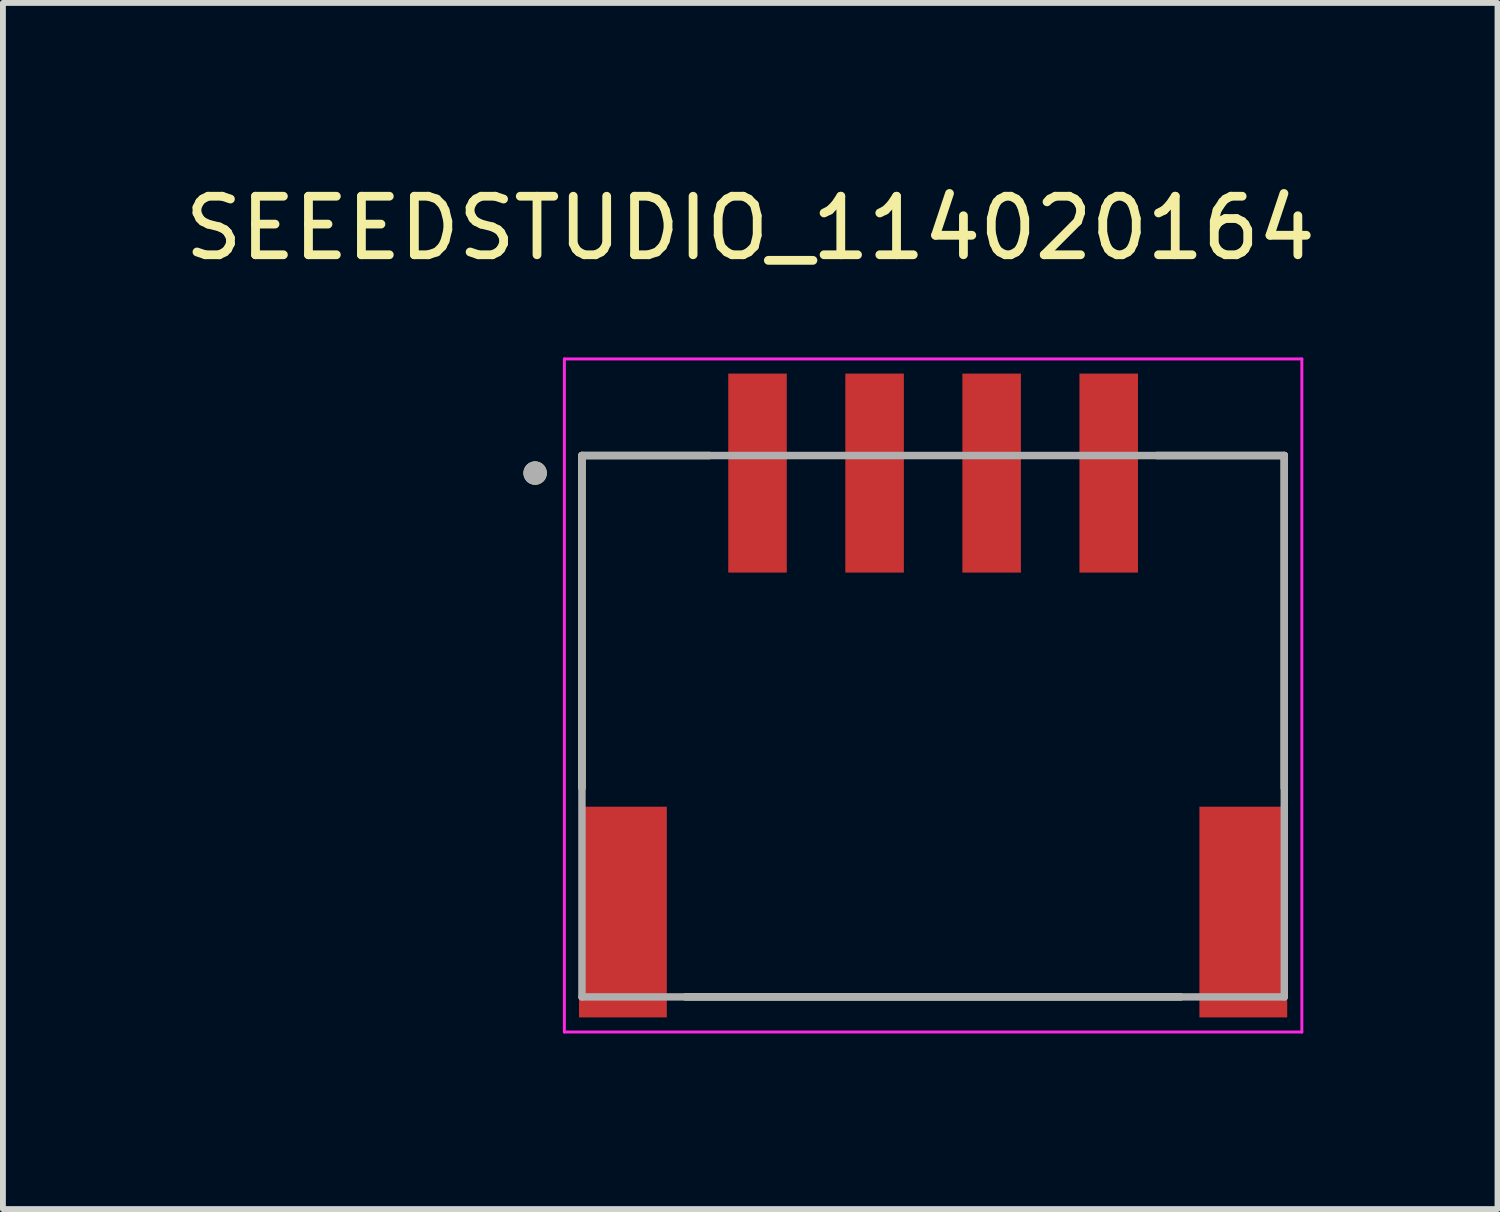
<source format=kicad_pcb>
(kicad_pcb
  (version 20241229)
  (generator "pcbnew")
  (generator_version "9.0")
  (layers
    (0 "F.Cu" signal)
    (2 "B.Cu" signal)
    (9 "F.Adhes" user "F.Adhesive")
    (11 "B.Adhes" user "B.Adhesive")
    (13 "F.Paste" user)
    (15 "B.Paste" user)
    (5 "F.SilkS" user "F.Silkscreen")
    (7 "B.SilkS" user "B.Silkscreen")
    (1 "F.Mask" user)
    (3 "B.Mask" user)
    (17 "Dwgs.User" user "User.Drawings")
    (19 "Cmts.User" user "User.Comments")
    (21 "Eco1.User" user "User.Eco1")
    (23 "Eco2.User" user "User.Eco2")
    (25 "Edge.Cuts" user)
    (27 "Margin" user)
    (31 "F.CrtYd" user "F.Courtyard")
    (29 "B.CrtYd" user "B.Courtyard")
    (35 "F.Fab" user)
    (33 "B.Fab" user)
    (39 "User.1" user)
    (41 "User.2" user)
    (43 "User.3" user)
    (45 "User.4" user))
  (footprint "SEEEDSTUDIO_114020164"
    (layer "F.Cu")
    (at 12.893 9.358)
    (property "Reference" "SEEEDSTUDIO_114020164" (at -3.125 -8.51 0) (layer "F.SilkS") (effects (font (size 1 1) (thickness 0.15))))
    (attr smd)
    (fp_line (start -6 -4.625) (end -3.82 -4.625) (stroke (width 0.127) (type solid)) (layer "F.SilkS"))
    (fp_line (start -6 1.055) (end -6 -4.625) (stroke (width 0.127) (type solid)) (layer "F.SilkS"))
    (fp_line (start -4.23 4.625) (end 4.23 4.625) (stroke (width 0.127) (type solid)) (layer "F.SilkS"))
    (fp_line (start 3.82 -4.625) (end 6 -4.625) (stroke (width 0.127) (type solid)) (layer "F.SilkS"))
    (fp_line (start 6 -4.625) (end 6 1.055) (stroke (width 0.127) (type solid)) (layer "F.SilkS"))
    (fp_circle (center -6.8 -4.325) (end -6.7 -4.325) (stroke (width 0.2) (type solid)) (fill no) (layer "F.SilkS"))
    (fp_line (start -6.3 -6.275) (end -6.3 5.225) (stroke (width 0.05) (type solid)) (layer "F.CrtYd"))
    (fp_line (start -6.3 5.225) (end 6.3 5.225) (stroke (width 0.05) (type solid)) (layer "F.CrtYd"))
    (fp_line (start 6.3 -6.275) (end -6.3 -6.275) (stroke (width 0.05) (type solid)) (layer "F.CrtYd"))
    (fp_line (start 6.3 5.225) (end 6.3 -6.275) (stroke (width 0.05) (type solid)) (layer "F.CrtYd"))
    (fp_line (start -6 -4.625) (end 6 -4.625) (stroke (width 0.127) (type solid)) (layer "F.Fab"))
    (fp_line (start -6 4.625) (end -6 -4.625) (stroke (width 0.127) (type solid)) (layer "F.Fab"))
    (fp_line (start 6 -4.625) (end 6 4.625) (stroke (width 0.127) (type solid)) (layer "F.Fab"))
    (fp_line (start 6 4.625) (end -6 4.625) (stroke (width 0.127) (type solid)) (layer "F.Fab"))
    (fp_circle (center -6.8 -4.325) (end -6.7 -4.325) (stroke (width 0.2) (type solid)) (fill no) (layer "F.Fab"))
    (pad "1" smd rect (at -3 -4.325) (size 1 3.4) (layers "F.Cu" "F.Mask" "F.Paste"))
    (pad "2" smd rect (at -1 -4.325) (size 1 3.4) (layers "F.Cu" "F.Mask" "F.Paste"))
    (pad "3" smd rect (at 1 -4.325) (size 1 3.4) (layers "F.Cu" "F.Mask" "F.Paste"))
    (pad "4" smd rect (at 3 -4.325) (size 1 3.4) (layers "F.Cu" "F.Mask" "F.Paste"))
    (pad "SH1" smd rect (at -5.3 3.175) (size 1.5 3.6) (layers "F.Cu" "F.Mask" "F.Paste"))
    (pad "SH2" smd rect (at 5.3 3.175) (size 1.5 3.6) (layers "F.Cu" "F.Mask" "F.Paste")))
  (gr_rect
    (start -3 -3)
    (end 22.536 17.608)
    (stroke (width 0.1) (type default))
    (fill no)
    (layer "Edge.Cuts")))
</source>
